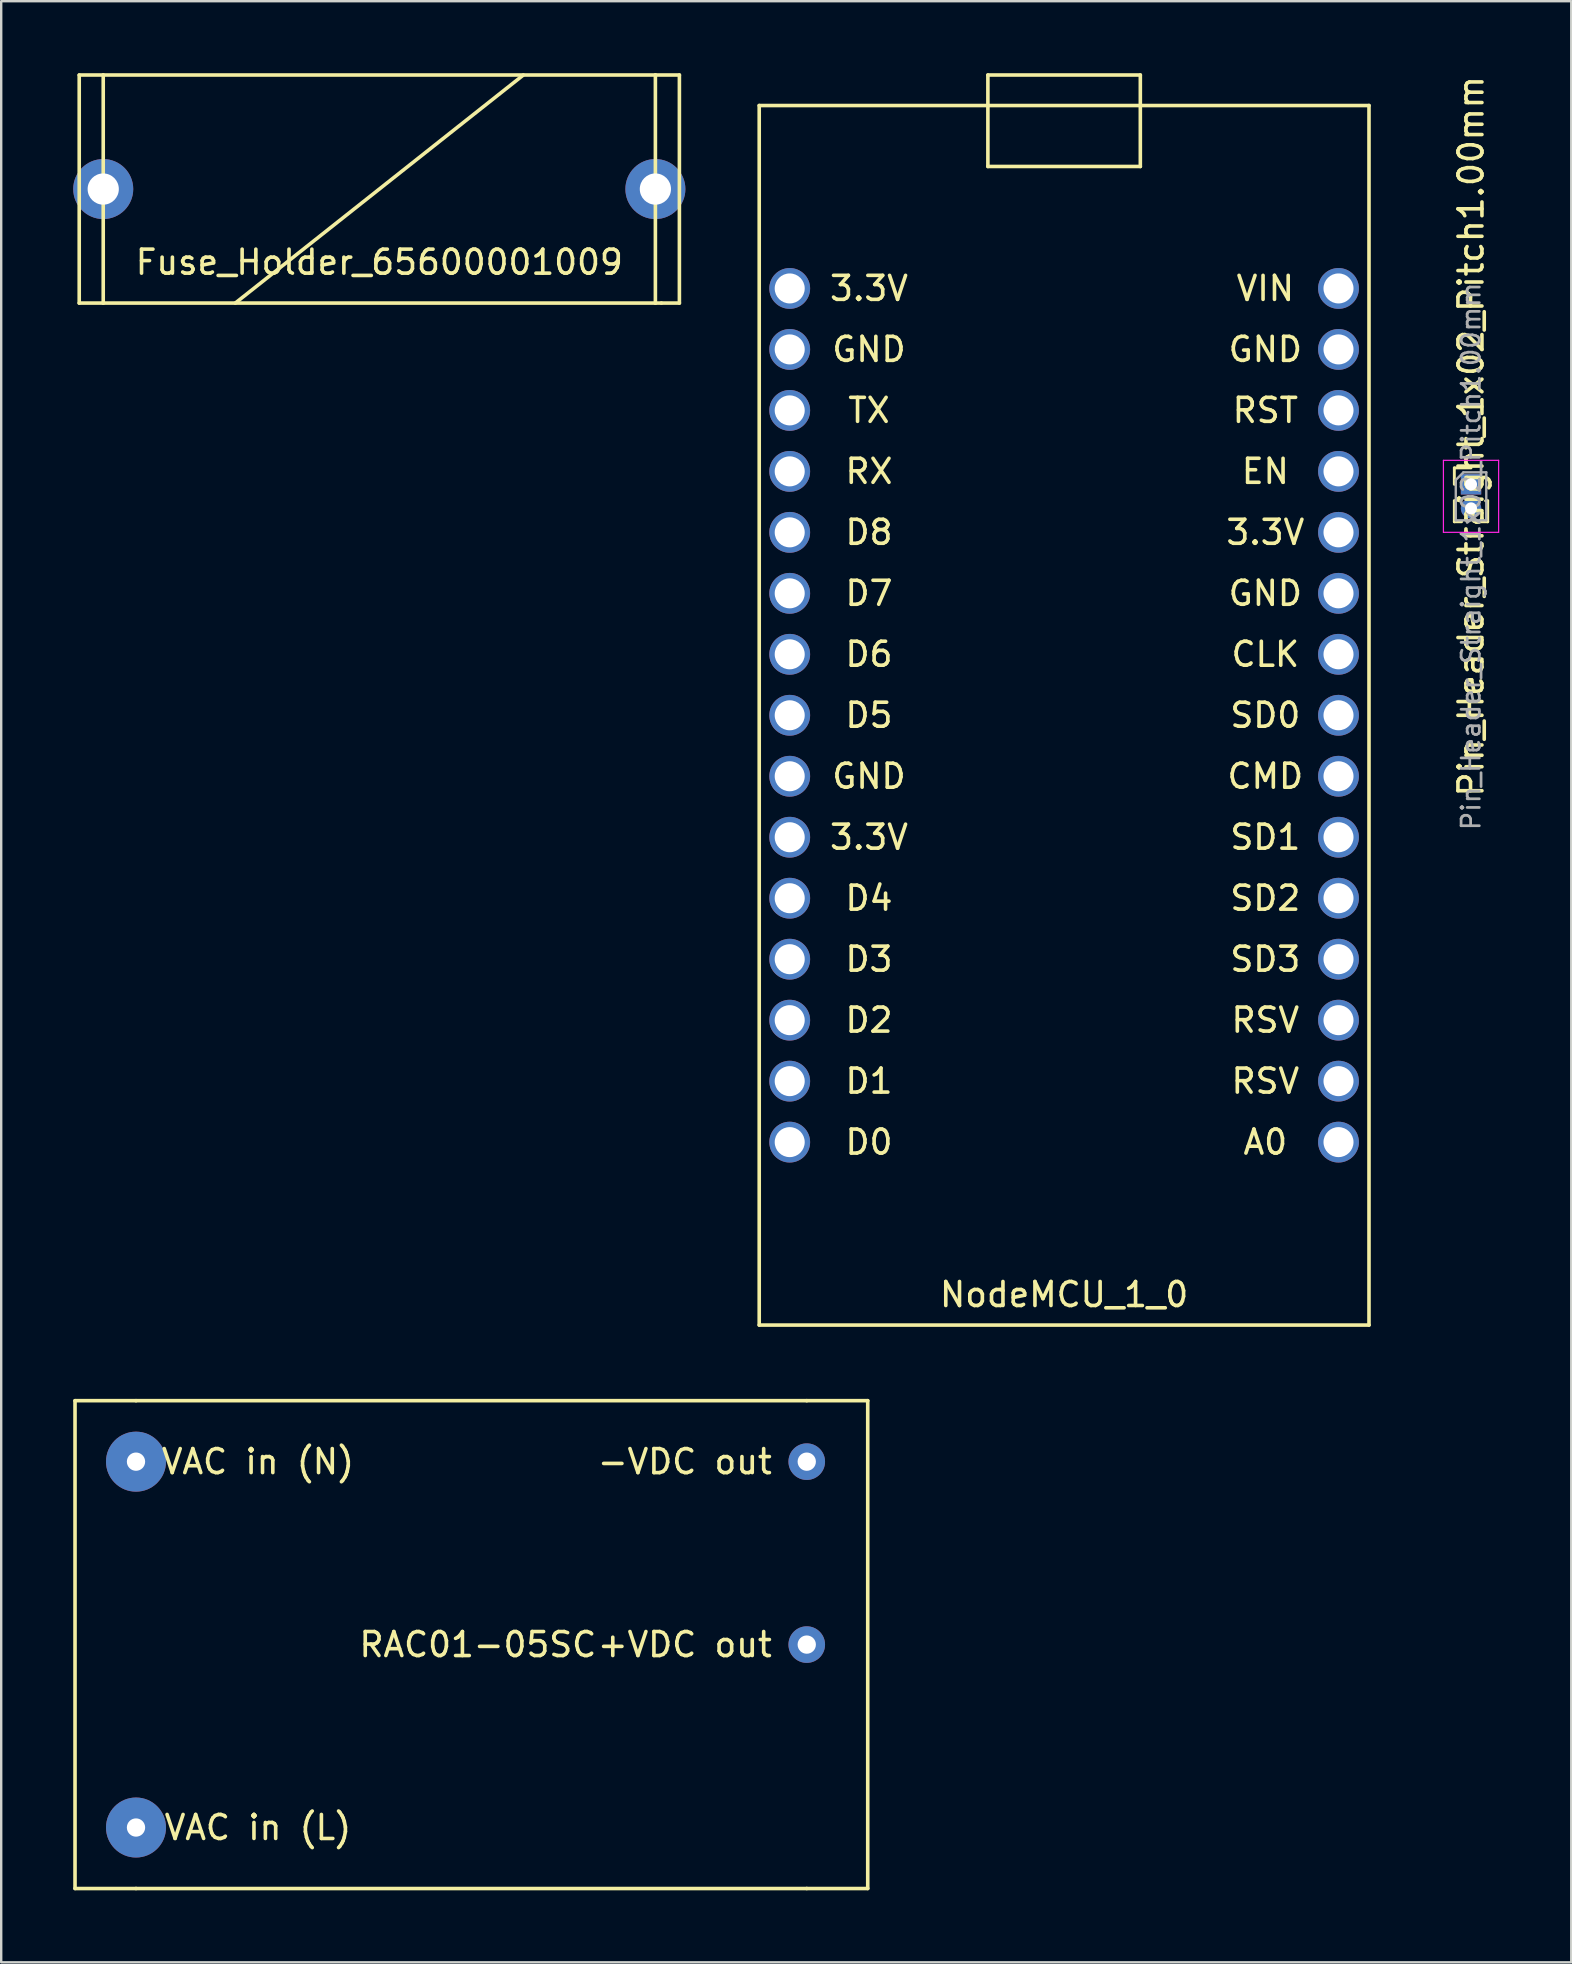
<source format=kicad_pcb>
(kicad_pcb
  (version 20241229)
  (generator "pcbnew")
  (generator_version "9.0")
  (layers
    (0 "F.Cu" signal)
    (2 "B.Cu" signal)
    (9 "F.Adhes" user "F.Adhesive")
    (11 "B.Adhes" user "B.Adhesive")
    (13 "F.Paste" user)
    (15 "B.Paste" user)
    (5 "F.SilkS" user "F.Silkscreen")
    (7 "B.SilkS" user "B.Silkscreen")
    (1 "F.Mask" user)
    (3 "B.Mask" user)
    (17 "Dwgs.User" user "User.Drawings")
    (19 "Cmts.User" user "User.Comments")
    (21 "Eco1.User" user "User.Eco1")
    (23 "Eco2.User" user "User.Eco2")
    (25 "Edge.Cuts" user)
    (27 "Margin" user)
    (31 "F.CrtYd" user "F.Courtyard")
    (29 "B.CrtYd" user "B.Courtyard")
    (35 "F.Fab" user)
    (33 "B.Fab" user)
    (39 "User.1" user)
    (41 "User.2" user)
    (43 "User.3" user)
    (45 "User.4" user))
  (footprint "Pin_Header_Straight_1x02_Pitch1.00mm"
    (layer "F.Cu")
    (at 58.225 17.125)
    (property "Reference" "Pin_Header_Straight_1x02_Pitch1.00mm" (at 0 -2 90) (layer "F.SilkS") (effects (font (size 1 1) (thickness 0.15))))
    (attr through_hole)
    (fp_line (start -0.695 -0.685) (end 0 -0.685) (stroke (width 0.12) (type solid)) (layer "F.SilkS"))
    (fp_line (start -0.695 0) (end -0.695 -0.685) (stroke (width 0.12) (type solid)) (layer "F.SilkS"))
    (fp_line (start -0.695 0.685) (end -0.695 1.56) (stroke (width 0.12) (type solid)) (layer "F.SilkS"))
    (fp_line (start -0.695 0.685) (end -0.608 0.685) (stroke (width 0.12) (type solid)) (layer "F.SilkS"))
    (fp_line (start -0.695 1.56) (end -0.394 1.56) (stroke (width 0.12) (type solid)) (layer "F.SilkS"))
    (fp_line (start 0.394 1.56) (end 0.695 1.56) (stroke (width 0.12) (type solid)) (layer "F.SilkS"))
    (fp_line (start 0.608 0.685) (end 0.695 0.685) (stroke (width 0.12) (type solid)) (layer "F.SilkS"))
    (fp_line (start 0.695 0.685) (end 0.695 1.56) (stroke (width 0.12) (type solid)) (layer "F.SilkS"))
    (fp_line (start -1.15 -1) (end -1.15 2) (stroke (width 0.05) (type solid)) (layer "F.CrtYd"))
    (fp_line (start -1.15 2) (end 1.15 2) (stroke (width 0.05) (type solid)) (layer "F.CrtYd"))
    (fp_line (start 1.15 -1) (end -1.15 -1) (stroke (width 0.05) (type solid)) (layer "F.CrtYd"))
    (fp_line (start 1.15 2) (end 1.15 -1) (stroke (width 0.05) (type solid)) (layer "F.CrtYd"))
    (fp_line (start -0.635 -0.182) (end -0.318 -0.5) (stroke (width 0.1) (type solid)) (layer "F.Fab"))
    (fp_line (start -0.635 1.5) (end -0.635 -0.182) (stroke (width 0.1) (type solid)) (layer "F.Fab"))
    (fp_line (start -0.318 -0.5) (end 0.635 -0.5) (stroke (width 0.1) (type solid)) (layer "F.Fab"))
    (fp_line (start 0.635 -0.5) (end 0.635 1.5) (stroke (width 0.1) (type solid)) (layer "F.Fab"))
    (fp_line (start 0.635 1.5) (end -0.635 1.5) (stroke (width 0.1) (type solid)) (layer "F.Fab"))
    (fp_text user "${REFERENCE}" (at 0 3 90) (layer "F.Fab") (effects (font (size 0.76 0.76) (thickness 0.114))))
    (pad "1" thru_hole rect (at 0 0) (size 0.85 0.85) (drill 0.5) (layers "*.Cu" "*.Mask"))
    (pad "2" thru_hole oval (at 0 1) (size 0.85 0.85) (drill 0.5) (layers "*.Cu" "*.Mask")))
  (footprint "NodeMCU_1_0"
    (layer "F.Cu")
    (at 41.275 29.285)
    (property "Reference" "NodeMCU_1_0" (at 0 21.59 0) (layer "F.SilkS") (effects (font (size 1 1) (thickness 0.15))))
    (attr through_hole)
    (fp_line (start -12.7 -27.94) (end -12.7 22.86) (stroke (width 0.15) (type solid)) (layer "F.SilkS"))
    (fp_line (start -12.7 22.86) (end 12.7 22.86) (stroke (width 0.15) (type solid)) (layer "F.SilkS"))
    (fp_line (start -3.175 -29.21) (end -3.175 -25.4) (stroke (width 0.15) (type solid)) (layer "F.SilkS"))
    (fp_line (start -3.175 -25.4) (end 3.175 -25.4) (stroke (width 0.15) (type solid)) (layer "F.SilkS"))
    (fp_line (start 3.175 -29.21) (end -3.175 -29.21) (stroke (width 0.15) (type solid)) (layer "F.SilkS"))
    (fp_line (start 3.175 -27.94) (end 3.175 -29.21) (stroke (width 0.15) (type solid)) (layer "F.SilkS"))
    (fp_line (start 3.175 -25.4) (end 3.175 -27.94) (stroke (width 0.15) (type solid)) (layer "F.SilkS"))
    (fp_line (start 12.7 -27.94) (end -12.7 -27.94) (stroke (width 0.15) (type solid)) (layer "F.SilkS"))
    (fp_line (start 12.7 22.86) (end 12.7 -27.94) (stroke (width 0.15) (type solid)) (layer "F.SilkS"))
    (fp_text user "CLK" (at 8.382 -5.08 0) (layer "F.SilkS") (effects (font (size 1 1) (thickness 0.15))))
    (fp_text user "GND" (at -8.128 0 0) (layer "F.SilkS") (effects (font (size 1 1) (thickness 0.15))))
    (fp_text user "VIN" (at 8.382 -20.32 0) (layer "F.SilkS") (effects (font (size 1 1) (thickness 0.15))))
    (fp_text user "RST" (at 8.382 -15.24 0) (layer "F.SilkS") (effects (font (size 1 1) (thickness 0.15))))
    (fp_text user "D6" (at -8.128 -5.08 0) (layer "F.SilkS") (effects (font (size 1 1) (thickness 0.15))))
    (fp_text user "3.3V" (at -8.128 2.54 0) (layer "F.SilkS") (effects (font (size 1 1) (thickness 0.15))))
    (fp_text user "D4" (at -8.128 5.08 0) (layer "F.SilkS") (effects (font (size 1 1) (thickness 0.15))))
    (fp_text user "D7" (at -8.128 -7.62 0) (layer "F.SilkS") (effects (font (size 1 1) (thickness 0.15))))
    (fp_text user "D8" (at -8.128 -10.16 0) (layer "F.SilkS") (effects (font (size 1 1) (thickness 0.15))))
    (fp_text user "A0" (at 8.382 15.24 0) (layer "F.SilkS") (effects (font (size 1 1) (thickness 0.15))))
    (fp_text user "D3" (at -8.128 7.62 0) (layer "F.SilkS") (effects (font (size 1 1) (thickness 0.15))))
    (fp_text user "RX" (at -8.128 -12.7 0) (layer "F.SilkS") (effects (font (size 1 1) (thickness 0.15))))
    (fp_text user "RSV" (at 8.382 10.16 0) (layer "F.SilkS") (effects (font (size 1 1) (thickness 0.15))))
    (fp_text user "SD1" (at 8.382 2.54 0) (layer "F.SilkS") (effects (font (size 1 1) (thickness 0.15))))
    (fp_text user "SD2" (at 8.382 5.08 0) (layer "F.SilkS") (effects (font (size 1 1) (thickness 0.15))))
    (fp_text user "TX" (at -8.128 -15.24 0) (layer "F.SilkS") (effects (font (size 1 1) (thickness 0.15))))
    (fp_text user "D5" (at -8.128 -2.54 0) (layer "F.SilkS") (effects (font (size 1 1) (thickness 0.15))))
    (fp_text user "3.3V" (at -8.128 -20.32 0) (layer "F.SilkS") (effects (font (size 1 1) (thickness 0.15))))
    (fp_text user "3.3V" (at 8.382 -10.16 0) (layer "F.SilkS") (effects (font (size 1 1) (thickness 0.15))))
    (fp_text user "D1" (at -8.128 12.7 0) (layer "F.SilkS") (effects (font (size 1 1) (thickness 0.15))))
    (fp_text user "SD0" (at 8.382 -2.54 0) (layer "F.SilkS") (effects (font (size 1 1) (thickness 0.15))))
    (fp_text user "D2" (at -8.128 10.16 0) (layer "F.SilkS") (effects (font (size 1 1) (thickness 0.15))))
    (fp_text user "GND" (at 8.382 -17.78 0) (layer "F.SilkS") (effects (font (size 1 1) (thickness 0.15))))
    (fp_text user "GND" (at 8.382 -7.62 0) (layer "F.SilkS") (effects (font (size 1 1) (thickness 0.15))))
    (fp_text user "EN" (at 8.382 -12.7 0) (layer "F.SilkS") (effects (font (size 1 1) (thickness 0.15))))
    (fp_text user "D0" (at -8.128 15.24 0) (layer "F.SilkS") (effects (font (size 1 1) (thickness 0.15))))
    (fp_text user "SD3" (at 8.382 7.62 0) (layer "F.SilkS") (effects (font (size 1 1) (thickness 0.15))))
    (fp_text user "GND" (at -8.128 -17.78 0) (layer "F.SilkS") (effects (font (size 1 1) (thickness 0.15))))
    (fp_text user "RSV" (at 8.382 12.7 0) (layer "F.SilkS") (effects (font (size 1 1) (thickness 0.15))))
    (fp_text user "CMD" (at 8.382 0 0) (layer "F.SilkS") (effects (font (size 1 1) (thickness 0.15))))
    (pad "1" thru_hole circle (at 11.43 15.24) (size 1.7 1.7) (drill 1.25) (layers "*.Cu" "*.Mask"))
    (pad "2" thru_hole circle (at 11.43 12.7) (size 1.7 1.7) (drill 1.25) (layers "*.Cu" "*.Mask"))
    (pad "3" thru_hole circle (at 11.43 10.16) (size 1.7 1.7) (drill 1.25) (layers "*.Cu" "*.Mask"))
    (pad "4" thru_hole circle (at 11.43 7.62) (size 1.7 1.7) (drill 1.25) (layers "*.Cu" "*.Mask"))
    (pad "5" thru_hole circle (at 11.43 5.08) (size 1.7 1.7) (drill 1.25) (layers "*.Cu" "*.Mask"))
    (pad "6" thru_hole circle (at 11.43 2.54) (size 1.7 1.7) (drill 1.25) (layers "*.Cu" "*.Mask"))
    (pad "7" thru_hole circle (at 11.43 0) (size 1.7 1.7) (drill 1.25) (layers "*.Cu" "*.Mask"))
    (pad "8" thru_hole circle (at 11.43 -2.54) (size 1.7 1.7) (drill 1.25) (layers "*.Cu" "*.Mask"))
    (pad "9" thru_hole circle (at 11.43 -5.08) (size 1.7 1.7) (drill 1.25) (layers "*.Cu" "*.Mask"))
    (pad "10" thru_hole circle (at 11.43 -7.62) (size 1.7 1.7) (drill 1.25) (layers "*.Cu" "*.Mask"))
    (pad "11" thru_hole circle (at 11.43 -10.16) (size 1.7 1.7) (drill 1.25) (layers "*.Cu" "*.Mask"))
    (pad "12" thru_hole circle (at 11.43 -12.7) (size 1.7 1.7) (drill 1.25) (layers "*.Cu" "*.Mask"))
    (pad "13" thru_hole circle (at 11.43 -15.24) (size 1.7 1.7) (drill 1.25) (layers "*.Cu" "*.Mask"))
    (pad "14" thru_hole circle (at 11.43 -17.78) (size 1.7 1.7) (drill 1.25) (layers "*.Cu" "*.Mask"))
    (pad "15" thru_hole circle (at 11.43 -20.32) (size 1.7 1.7) (drill 1.25) (layers "*.Cu" "*.Mask"))
    (pad "16" thru_hole circle (at -11.43 15.24) (size 1.7 1.7) (drill 1.25) (layers "*.Cu" "*.Mask"))
    (pad "17" thru_hole circle (at -11.43 12.7) (size 1.7 1.7) (drill 1.25) (layers "*.Cu" "*.Mask"))
    (pad "18" thru_hole circle (at -11.43 10.16) (size 1.7 1.7) (drill 1.25) (layers "*.Cu" "*.Mask"))
    (pad "19" thru_hole circle (at -11.43 7.62) (size 1.7 1.7) (drill 1.25) (layers "*.Cu" "*.Mask"))
    (pad "20" thru_hole circle (at -11.43 5.08) (size 1.7 1.7) (drill 1.25) (layers "*.Cu" "*.Mask"))
    (pad "21" thru_hole circle (at -11.43 2.54) (size 1.7 1.7) (drill 1.25) (layers "*.Cu" "*.Mask"))
    (pad "22" thru_hole circle (at -11.43 0) (size 1.7 1.7) (drill 1.25) (layers "*.Cu" "*.Mask"))
    (pad "23" thru_hole circle (at -11.43 -2.54) (size 1.7 1.7) (drill 1.25) (layers "*.Cu" "*.Mask"))
    (pad "24" thru_hole circle (at -11.43 -5.08) (size 1.7 1.7) (drill 1.25) (layers "*.Cu" "*.Mask"))
    (pad "25" thru_hole circle (at -11.43 -7.62) (size 1.7 1.7) (drill 1.25) (layers "*.Cu" "*.Mask"))
    (pad "26" thru_hole circle (at -11.43 -10.16) (size 1.7 1.7) (drill 1.25) (layers "*.Cu" "*.Mask"))
    (pad "27" thru_hole circle (at -11.43 -12.7) (size 1.7 1.7) (drill 1.25) (layers "*.Cu" "*.Mask"))
    (pad "28" thru_hole circle (at -11.43 -15.24) (size 1.7 1.7) (drill 1.25) (layers "*.Cu" "*.Mask"))
    (pad "29" thru_hole circle (at -11.43 -17.78) (size 1.7 1.7) (drill 1.25) (layers "*.Cu" "*.Mask"))
    (pad "30" thru_hole circle (at -11.43 -20.32) (size 1.7 1.7) (drill 1.25) (layers "*.Cu" "*.Mask")))
  (footprint "Fuse_Holder_65600001009"
    (layer "F.Cu")
    (at 12.75 4.825)
    (property "Reference" "Fuse_Holder_65600001009" (at 0 3.048 0) (layer "F.SilkS") (effects (font (size 1 1) (thickness 0.15))))
    (attr through_hole)
    (fp_line (start -12.5 -4.75) (end -11.5 -4.75) (stroke (width 0.15) (type solid)) (layer "F.SilkS"))
    (fp_line (start -12.5 4.75) (end -12.5 -4.75) (stroke (width 0.15) (type solid)) (layer "F.SilkS"))
    (fp_line (start -11.5 -4.75) (end 11.5 -4.75) (stroke (width 0.15) (type solid)) (layer "F.SilkS"))
    (fp_line (start -11.5 4.75) (end -12.5 4.75) (stroke (width 0.15) (type solid)) (layer "F.SilkS"))
    (fp_line (start -11.5 4.75) (end -11.5 -4.75) (stroke (width 0.15) (type solid)) (layer "F.SilkS"))
    (fp_line (start 6 -4.75) (end -6 4.75) (stroke (width 0.15) (type solid)) (layer "F.SilkS"))
    (fp_line (start 11.5 -4.75) (end 11.5 4.75) (stroke (width 0.15) (type solid)) (layer "F.SilkS"))
    (fp_line (start 11.5 -4.75) (end 12.5 -4.75) (stroke (width 0.15) (type solid)) (layer "F.SilkS"))
    (fp_line (start 11.5 4.75) (end -11.5 4.75) (stroke (width 0.15) (type solid)) (layer "F.SilkS"))
    (fp_line (start 11.75 4.75) (end 11.5 4.75) (stroke (width 0.15) (type solid)) (layer "F.SilkS"))
    (fp_line (start 12.5 -4.75) (end 12.5 4.75) (stroke (width 0.15) (type solid)) (layer "F.SilkS"))
    (fp_line (start 12.5 4.75) (end 11.75 4.75) (stroke (width 0.15) (type solid)) (layer "F.SilkS"))
    (pad "1" thru_hole circle (at -11.5 0) (size 2.5 2.5) (drill 1.3) (layers "*.Cu" "*.Mask"))
    (pad "2" thru_hole circle (at 11.5 0) (size 2.5 2.5) (drill 1.3) (layers "*.Cu" "*.Mask")))
  (footprint "RAC01-05SC"
    (layer "F.Cu")
    (at 17.855 65.455)
    (property "Reference" "RAC01-05SC" (at -1 0 0) (layer "F.SilkS") (effects (font (size 1 1) (thickness 0.15))))
    (attr through_hole)
    (fp_line (start -17.78 -10.16) (end -15.24 -10.16) (stroke (width 0.15) (type solid)) (layer "F.SilkS"))
    (fp_line (start -17.78 10.16) (end -17.78 -10.16) (stroke (width 0.15) (type solid)) (layer "F.SilkS"))
    (fp_line (start -15.24 10.16) (end -17.78 10.16) (stroke (width 0.15) (type solid)) (layer "F.SilkS"))
    (fp_line (start -15.24 10.16) (end 12.7 10.16) (stroke (width 0.15) (type solid)) (layer "F.SilkS"))
    (fp_line (start 12.7 -10.16) (end -15.24 -10.16) (stroke (width 0.15) (type solid)) (layer "F.SilkS"))
    (fp_line (start 12.7 -10.16) (end 15.24 -10.16) (stroke (width 0.15) (type solid)) (layer "F.SilkS"))
    (fp_line (start 15.24 -10.16) (end 15.24 10.16) (stroke (width 0.15) (type solid)) (layer "F.SilkS"))
    (fp_line (start 15.24 10.16) (end 12.7 10.16) (stroke (width 0.15) (type solid)) (layer "F.SilkS"))
    (fp_text user "+VDC out" (at 7.62 0 0) (layer "F.SilkS") (effects (font (size 1 1) (thickness 0.15))))
    (fp_text user "VAC in (N)" (at -10.16 -7.62 0) (layer "F.SilkS") (effects (font (size 1 1) (thickness 0.15))))
    (fp_text user "-VDC out" (at 7.62 -7.62 0) (layer "F.SilkS") (effects (font (size 1 1) (thickness 0.15))))
    (fp_text user "VAC in (L)" (at -10.16 7.62 0) (layer "F.SilkS") (effects (font (size 1 1) (thickness 0.15))))
    (pad "1" thru_hole circle (at -15.24 -7.62) (size 2.5 2.5) (drill 0.762) (layers "*.Cu" "*.Mask"))
    (pad "2" thru_hole circle (at -15.24 7.62) (size 2.5 2.5) (drill 0.762) (layers "*.Cu" "*.Mask"))
    (pad "3" thru_hole circle (at 12.7 -7.62) (size 1.524 1.524) (drill 0.762) (layers "*.Cu" "*.Mask"))
    (pad "4" thru_hole circle (at 12.7 0) (size 1.524 1.524) (drill 0.762) (layers "*.Cu" "*.Mask")))
  (gr_rect
    (start -3 -3)
    (end 62.4 78.69)
    (stroke (width 0.1) (type default))
    (fill no)
    (layer "Edge.Cuts")))
</source>
